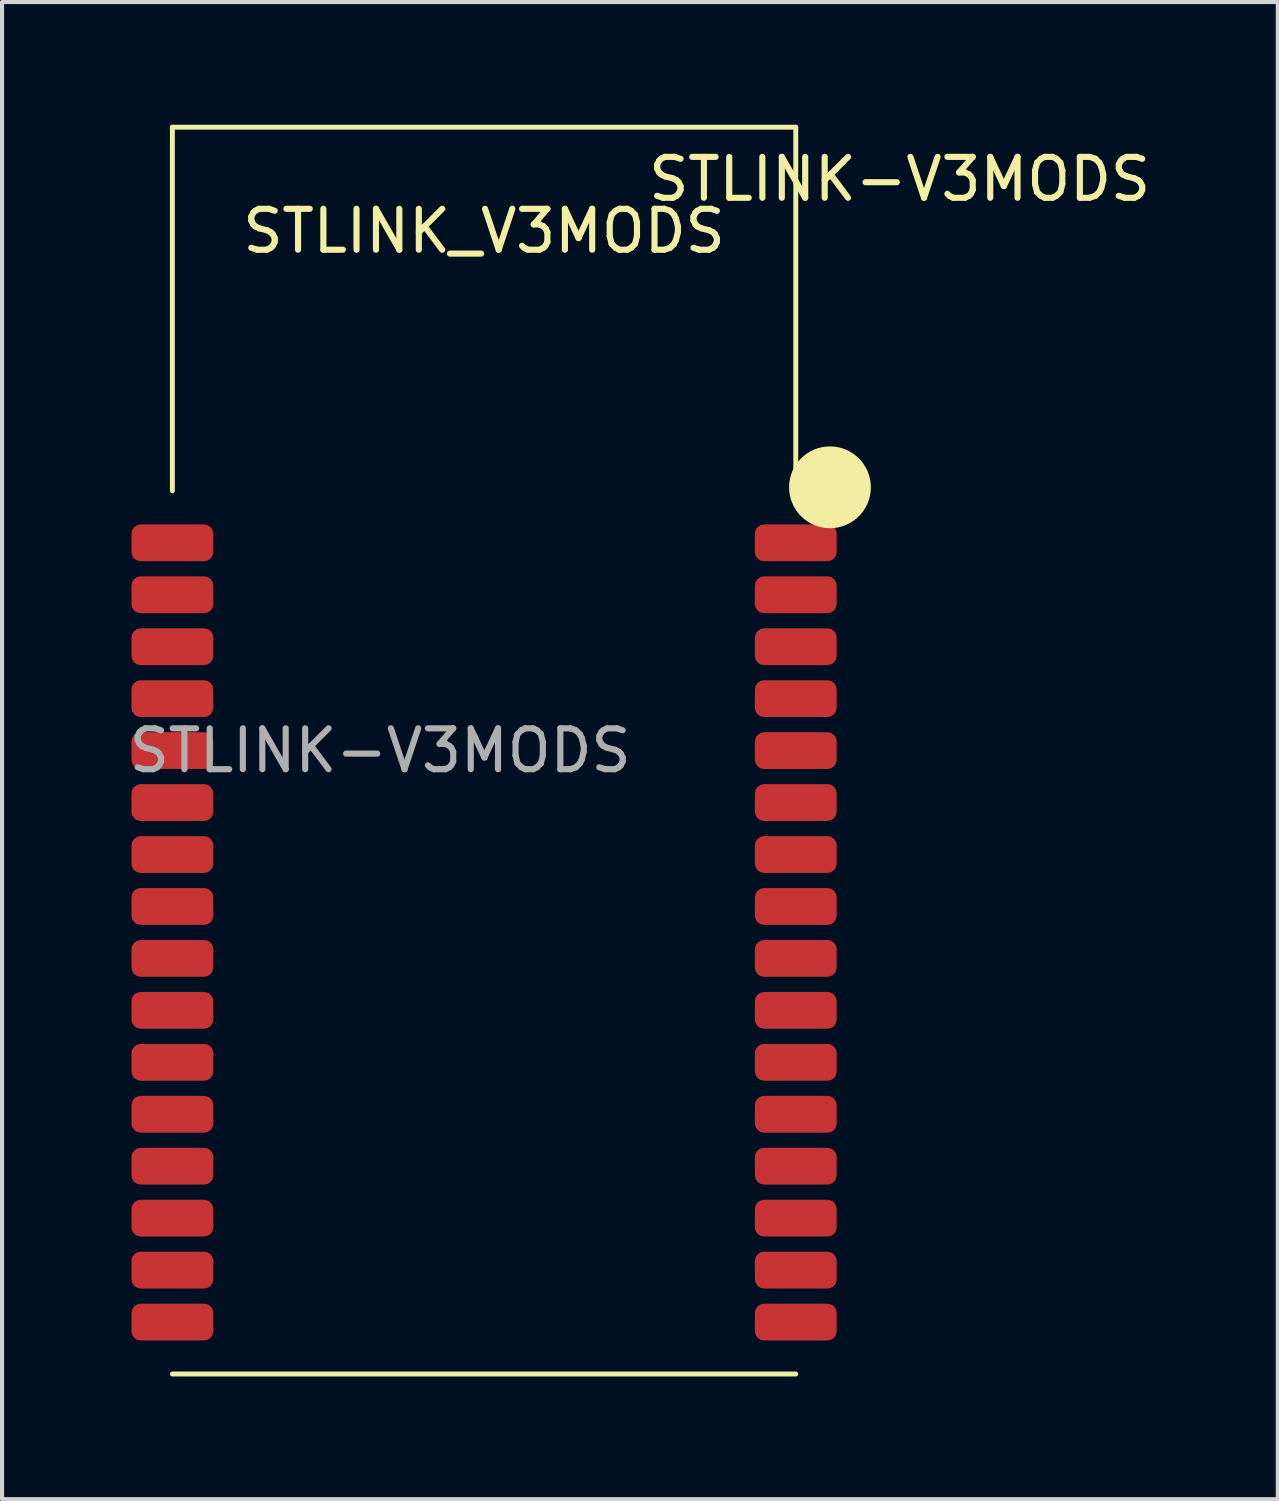
<source format=kicad_pcb>
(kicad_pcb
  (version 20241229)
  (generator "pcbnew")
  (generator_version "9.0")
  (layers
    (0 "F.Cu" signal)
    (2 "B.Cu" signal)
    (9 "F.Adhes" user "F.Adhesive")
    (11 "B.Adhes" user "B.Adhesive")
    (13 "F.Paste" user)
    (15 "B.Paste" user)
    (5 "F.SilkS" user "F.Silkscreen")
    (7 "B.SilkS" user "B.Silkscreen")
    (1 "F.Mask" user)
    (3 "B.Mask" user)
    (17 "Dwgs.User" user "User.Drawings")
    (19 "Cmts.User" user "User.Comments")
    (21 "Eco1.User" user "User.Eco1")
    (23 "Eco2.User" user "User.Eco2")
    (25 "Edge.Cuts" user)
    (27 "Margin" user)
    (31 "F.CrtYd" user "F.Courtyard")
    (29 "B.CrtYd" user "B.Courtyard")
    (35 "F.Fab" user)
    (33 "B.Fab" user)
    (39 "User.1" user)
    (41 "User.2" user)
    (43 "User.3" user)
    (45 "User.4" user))
  (footprint "STLINK-V3MODS"
    (layer "F.Cu")
    (at 8.784 17.84)
    (property "Reference" "STLINK-V3MODS" (at 10.16 -16.51 0) (unlocked yes) (layer "F.SilkS") (effects (font (size 1 1) (thickness 0.15))))
    (attr smd)
    (fp_line (start -7.62 -17.78) (end 7.62 -17.78) (stroke (width 0.12) (type solid)) (layer "F.SilkS"))
    (fp_line (start -7.62 -8.89) (end -7.62 -17.78) (stroke (width 0.12) (type solid)) (layer "F.SilkS"))
    (fp_line (start -7.62 12.7) (end 7.62 12.7) (stroke (width 0.12) (type solid)) (layer "F.SilkS"))
    (fp_line (start 7.62 -17.78) (end 7.62 -8.89) (stroke (width 0.12) (type solid)) (layer "F.SilkS"))
    (fp_circle (center 8.456 -8.977) (end 8.456 -8.977) (stroke (width 1) (type solid)) (fill no) (layer "F.SilkS"))
    (fp_text user "STLINK_V3MODS" (at 0 -15.24 0) (unlocked yes) (layer "F.SilkS") (effects (font (size 1 1) (thickness 0.15))))
    (fp_text user "${REFERENCE}" (at -2.54 -2.54 0) (unlocked yes) (layer "F.Fab") (effects (font (size 1 1) (thickness 0.15))))
    (pad "1" smd roundrect (at -7.62 -7.62) (size 2 0.9) (layers "F.Cu" "F.Mask" "F.Paste") (roundrect_rratio 0.25))
    (pad "2" smd roundrect (at -7.62 -6.35) (size 2 0.9) (layers "F.Cu" "F.Mask" "F.Paste") (roundrect_rratio 0.25))
    (pad "3" smd roundrect (at -7.62 -5.08) (size 2 0.9) (layers "F.Cu" "F.Mask" "F.Paste") (roundrect_rratio 0.25))
    (pad "4" smd roundrect (at -7.62 -3.81) (size 2 0.9) (layers "F.Cu" "F.Mask" "F.Paste") (roundrect_rratio 0.25))
    (pad "5" smd roundrect (at -7.62 -2.54) (size 2 0.9) (layers "F.Cu" "F.Mask" "F.Paste") (roundrect_rratio 0.25))
    (pad "6" smd roundrect (at -7.62 -1.27) (size 2 0.9) (layers "F.Cu" "F.Mask" "F.Paste") (roundrect_rratio 0.25))
    (pad "7" smd roundrect (at -7.62 0) (size 2 0.9) (layers "F.Cu" "F.Mask" "F.Paste") (roundrect_rratio 0.25))
    (pad "8" smd roundrect (at -7.62 1.27) (size 2 0.9) (layers "F.Cu" "F.Mask" "F.Paste") (roundrect_rratio 0.25))
    (pad "9" smd roundrect (at -7.62 2.54) (size 2 0.9) (layers "F.Cu" "F.Mask" "F.Paste") (roundrect_rratio 0.25))
    (pad "10" smd roundrect (at -7.62 3.81) (size 2 0.9) (layers "F.Cu" "F.Mask" "F.Paste") (roundrect_rratio 0.25))
    (pad "11" smd roundrect (at -7.62 5.08) (size 2 0.9) (layers "F.Cu" "F.Mask" "F.Paste") (roundrect_rratio 0.25))
    (pad "12" smd roundrect (at -7.62 6.35) (size 2 0.9) (layers "F.Cu" "F.Mask" "F.Paste") (roundrect_rratio 0.25))
    (pad "13" smd roundrect (at -7.62 7.62) (size 2 0.9) (layers "F.Cu" "F.Mask" "F.Paste") (roundrect_rratio 0.25))
    (pad "14" smd roundrect (at -7.62 8.89) (size 2 0.9) (layers "F.Cu" "F.Mask" "F.Paste") (roundrect_rratio 0.25))
    (pad "15" smd roundrect (at -7.62 10.16) (size 2 0.9) (layers "F.Cu" "F.Mask" "F.Paste") (roundrect_rratio 0.25))
    (pad "16" smd roundrect (at -7.62 11.43) (size 2 0.9) (layers "F.Cu" "F.Mask" "F.Paste") (roundrect_rratio 0.25))
    (pad "17" smd roundrect (at 7.62 11.43) (size 2 0.9) (layers "F.Cu" "F.Mask" "F.Paste") (roundrect_rratio 0.25))
    (pad "18" smd roundrect (at 7.62 10.16) (size 2 0.9) (layers "F.Cu" "F.Mask" "F.Paste") (roundrect_rratio 0.25))
    (pad "19" smd roundrect (at 7.62 8.89) (size 2 0.9) (layers "F.Cu" "F.Mask" "F.Paste") (roundrect_rratio 0.25))
    (pad "20" smd roundrect (at 7.62 7.62) (size 2 0.9) (layers "F.Cu" "F.Mask" "F.Paste") (roundrect_rratio 0.25))
    (pad "21" smd roundrect (at 7.62 6.35) (size 2 0.9) (layers "F.Cu" "F.Mask" "F.Paste") (roundrect_rratio 0.25))
    (pad "22" smd roundrect (at 7.62 5.08) (size 2 0.9) (layers "F.Cu" "F.Mask" "F.Paste") (roundrect_rratio 0.25))
    (pad "23" smd roundrect (at 7.62 3.81) (size 2 0.9) (layers "F.Cu" "F.Mask" "F.Paste") (roundrect_rratio 0.25))
    (pad "24" smd roundrect (at 7.62 2.54) (size 2 0.9) (layers "F.Cu" "F.Mask" "F.Paste") (roundrect_rratio 0.25))
    (pad "25" smd roundrect (at 7.62 1.27) (size 2 0.9) (layers "F.Cu" "F.Mask" "F.Paste") (roundrect_rratio 0.25))
    (pad "26" smd roundrect (at 7.62 0) (size 2 0.9) (layers "F.Cu" "F.Mask" "F.Paste") (roundrect_rratio 0.25))
    (pad "27" smd roundrect (at 7.62 -1.27) (size 2 0.9) (layers "F.Cu" "F.Mask" "F.Paste") (roundrect_rratio 0.25))
    (pad "28" smd roundrect (at 7.62 -2.54) (size 2 0.9) (layers "F.Cu" "F.Mask" "F.Paste") (roundrect_rratio 0.25))
    (pad "29" smd roundrect (at 7.62 -3.81) (size 2 0.9) (layers "F.Cu" "F.Mask" "F.Paste") (roundrect_rratio 0.25))
    (pad "30" smd roundrect (at 7.62 -5.08) (size 2 0.9) (layers "F.Cu" "F.Mask" "F.Paste") (roundrect_rratio 0.25))
    (pad "31" smd roundrect (at 7.62 -6.35) (size 2 0.9) (layers "F.Cu" "F.Mask" "F.Paste") (roundrect_rratio 0.25))
    (pad "32" smd roundrect (at 7.62 -7.62) (size 2 0.9) (layers "F.Cu" "F.Mask" "F.Paste") (roundrect_rratio 0.25)))
  (gr_rect
    (start -3 -3)
    (end 28.188 33.6)
    (stroke (width 0.1) (type default))
    (fill no)
    (layer "Edge.Cuts")))
</source>
